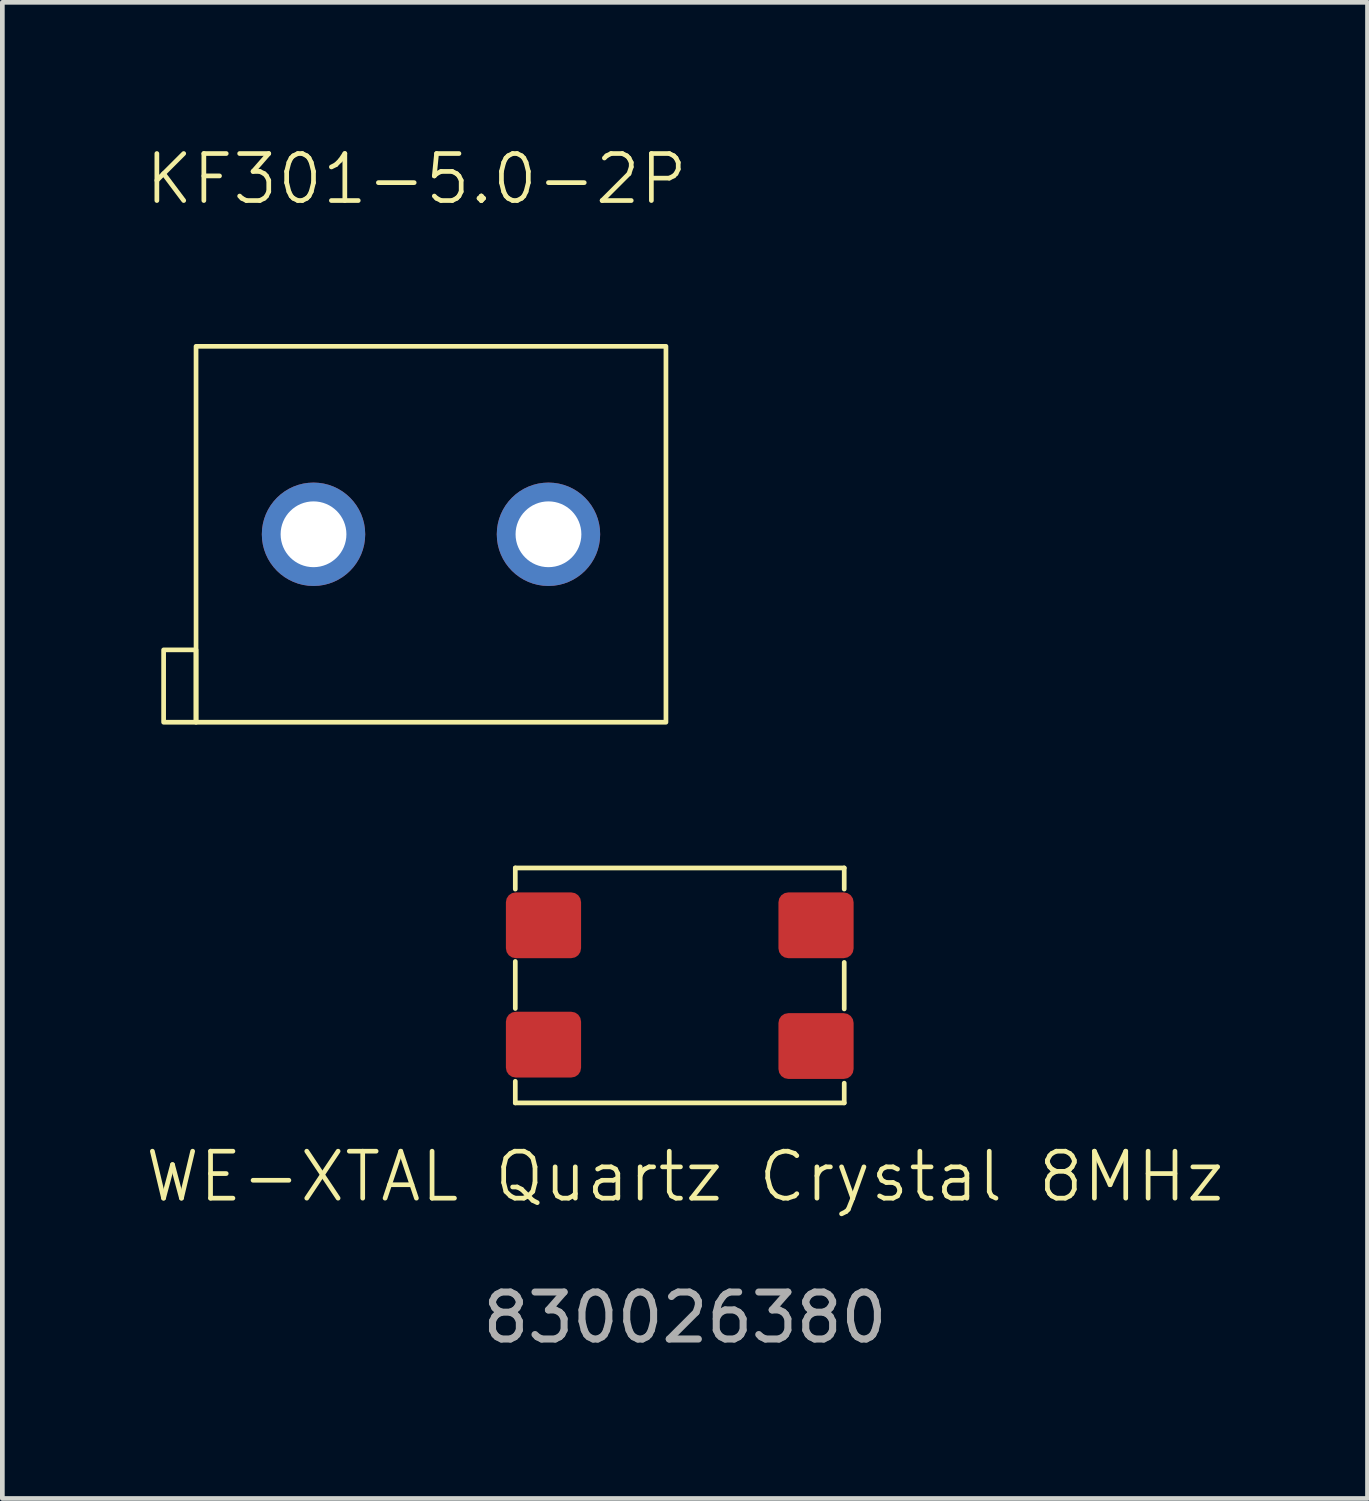
<source format=kicad_pcb>
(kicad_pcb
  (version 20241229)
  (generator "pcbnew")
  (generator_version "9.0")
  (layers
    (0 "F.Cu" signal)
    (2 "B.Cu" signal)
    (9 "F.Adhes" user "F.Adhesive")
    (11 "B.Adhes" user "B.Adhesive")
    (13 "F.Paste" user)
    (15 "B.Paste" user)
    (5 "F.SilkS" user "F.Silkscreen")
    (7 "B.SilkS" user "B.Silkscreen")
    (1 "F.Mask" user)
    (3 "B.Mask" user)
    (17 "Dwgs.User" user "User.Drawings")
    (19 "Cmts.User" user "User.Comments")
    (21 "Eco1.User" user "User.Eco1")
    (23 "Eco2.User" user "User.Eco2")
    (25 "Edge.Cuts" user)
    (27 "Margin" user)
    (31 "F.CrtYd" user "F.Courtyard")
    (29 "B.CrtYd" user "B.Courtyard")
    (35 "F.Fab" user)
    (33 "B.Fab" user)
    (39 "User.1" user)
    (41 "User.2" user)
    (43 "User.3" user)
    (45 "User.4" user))
  (footprint "WE-XTAL Quartz Crystal 8MHz"
    (layer "F.Cu")
    (at 11.416 17.921)
    (property "Reference" "WE-XTAL Quartz Crystal 8MHz" (at 0.11 4.07 0) (unlocked yes) (layer "F.SilkS") (effects (font (size 1 1) (thickness 0.1))))
    (attr smd)
    (fp_line (start -3.5 -2.5) (end 3.5 -2.5) (stroke (width 0.1) (type default)) (layer "F.SilkS"))
    (fp_line (start -3.5 -2.05) (end -3.5 -2.5) (stroke (width 0.1) (type default)) (layer "F.SilkS"))
    (fp_line (start -3.5 0.49) (end -3.5 -0.51) (stroke (width 0.1) (type default)) (layer "F.SilkS"))
    (fp_line (start -3.5 2.5) (end -3.5 2.04) (stroke (width 0.1) (type default)) (layer "F.SilkS"))
    (fp_line (start 3.5 -2.5) (end 3.5 -2.05) (stroke (width 0.1) (type default)) (layer "F.SilkS"))
    (fp_line (start 3.5 -0.49) (end 3.5 0.5) (stroke (width 0.1) (type default)) (layer "F.SilkS"))
    (fp_line (start 3.5 2.08) (end 3.5 2.5) (stroke (width 0.1) (type default)) (layer "F.SilkS"))
    (fp_line (start 3.5 2.5) (end -3.5 2.5) (stroke (width 0.1) (type default)) (layer "F.SilkS"))
    (fp_text user "830026380" (at 0.11 7.07 0) (unlocked yes) (layer "F.Fab") (effects (font (size 1 1) (thickness 0.15))))
    (pad "1" smd roundrect (at -2.9 -1.28) (size 1.6 1.4) (layers "F.Cu" "F.Mask" "F.Paste") (roundrect_rratio 0.15))
    (pad "2" smd roundrect (at 2.9 -1.28) (size 1.6 1.4) (layers "F.Cu" "F.Mask" "F.Paste") (roundrect_rratio 0.15))
    (pad "3" smd roundrect (at 2.9 1.29) (size 1.6 1.4) (layers "F.Cu" "F.Mask" "F.Paste") (roundrect_rratio 0.15))
    (pad "4" smd roundrect (at -2.9 1.26) (size 1.6 1.4) (layers "F.Cu" "F.Mask" "F.Paste") (roundrect_rratio 0.15)))
  (footprint "KF301-5.0-2P"
    (layer "F.Cu")
    (at 3.622 8.32)
    (property "Reference" "KF301-5.0-2P" (at 2.19 -7.56 0) (unlocked yes) (layer "F.SilkS") (effects (font (size 1 1) (thickness 0.1))))
    (attr smd)
    (fp_rect (start -3.19 2.46) (end -2.5 4) (stroke (width 0.1) (type default)) (fill no) (layer "F.SilkS"))
    (fp_rect (start -2.5 -4) (end 7.5 4) (stroke (width 0.1) (type solid)) (fill no) (layer "F.SilkS"))
    (pad "1" thru_hole circle (at 0 0) (size 2.2 2.2) (drill 1.4) (layers "*.Cu" "*.Mask"))
    (pad "2" thru_hole circle (at 5 0) (size 2.2 2.2) (drill 1.4) (layers "*.Cu" "*.Mask")))
  (gr_rect
    (start -3 -3)
    (end 26.052 28.839)
    (stroke (width 0.1) (type default))
    (fill no)
    (layer "Edge.Cuts")))
</source>
